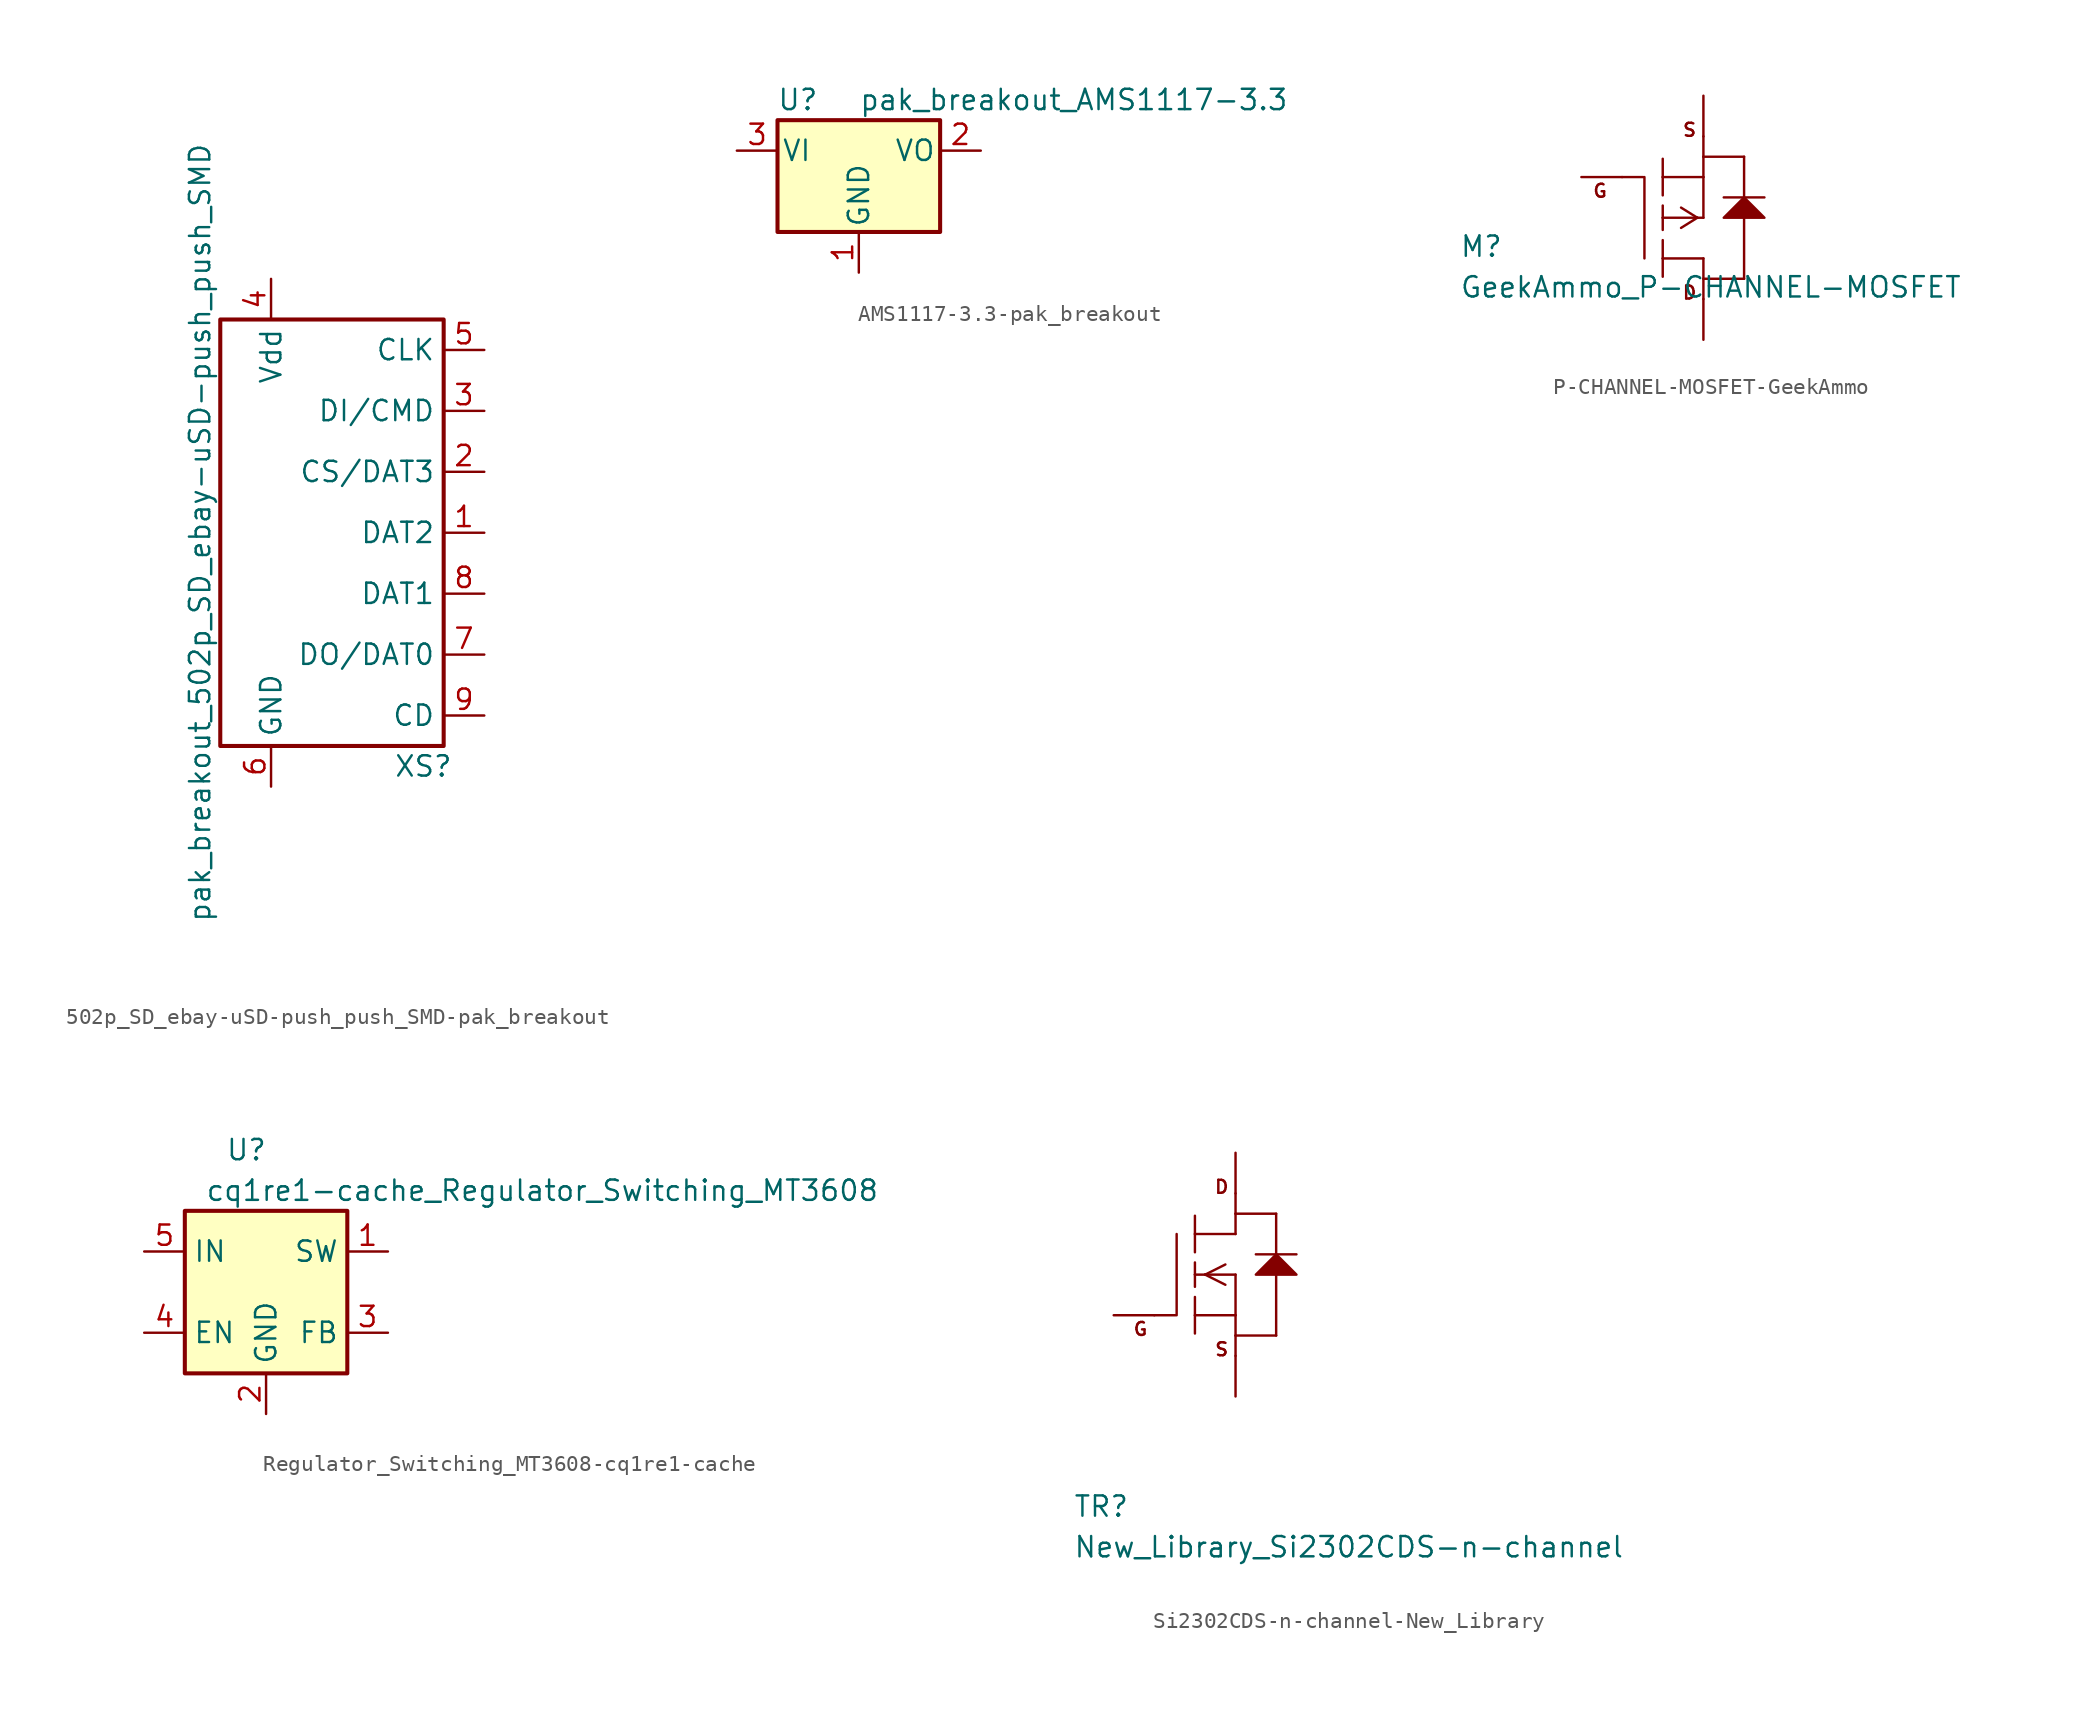
<source format=kicad_sym>
(kicad_symbol_lib
  (version 20231120)
  (generator "kicad_symbol_editor")
  (generator_version "8.0")
  (symbol "502p_SD_ebay-uSD-push_push_SMD-pak_breakout"
    (property "Reference" "XS"
      (at 5.715 -14.605 0)
      (effects (font (size 1.27 1.27))))
    (property "Value" "pak_breakout_502p_SD_ebay-uSD-push_push_SMD"
      (at -8.255 0 90)
      (effects (font (size 1.27 1.27))))
    (symbol "502p_SD_ebay-uSD-push_push_SMD-pak_breakout_0_0"
      (rectangle (start -6.985 13.335) (end 6.985 -13.335) (stroke (width 0.254) (type solid)) (fill (type none))))
    (symbol "502p_SD_ebay-uSD-push_push_SMD-pak_breakout_1_1"
      (pin bidirectional line (at 9.525 0 180) (length 2.54) (name "DAT2" (effects (font (size 1.27 1.27)))) (number "1" (effects (font (size 1.27 1.27)))))
      (pin input line (at 9.525 3.81 180) (length 2.54) (name "CS/DAT3" (effects (font (size 1.27 1.27)))) (number "2" (effects (font (size 1.27 1.27)))))
      (pin input line (at 9.525 7.62 180) (length 2.54) (name "DI/CMD" (effects (font (size 1.27 1.27)))) (number "3" (effects (font (size 1.27 1.27)))))
      (pin input line (at -3.81 15.875 270) (length 2.54) (name "Vdd" (effects (font (size 1.27 1.27)))) (number "4" (effects (font (size 1.27 1.27)))))
      (pin input line (at 9.525 11.43 180) (length 2.54) (name "CLK" (effects (font (size 1.27 1.27)))) (number "5" (effects (font (size 1.27 1.27)))))
      (pin input line (at -3.81 -15.875 90) (length 2.54) (name "GND" (effects (font (size 1.27 1.27)))) (number "6" (effects (font (size 1.27 1.27)))))
      (pin input line (at 9.525 -7.62 180) (length 2.54) (name "DO/DAT0" (effects (font (size 1.27 1.27)))) (number "7" (effects (font (size 1.27 1.27)))))
      (pin bidirectional line (at 9.525 -3.81 180) (length 2.54) (name "DAT1" (effects (font (size 1.27 1.27)))) (number "8" (effects (font (size 1.27 1.27)))))
      (pin input line (at 9.525 -11.43 180) (length 2.54) (name "CD" (effects (font (size 1.27 1.27)))) (number "9" (effects (font (size 1.27 1.27)))))))
  (symbol "AMS1117-3.3-pak_breakout"
    (pin_names
      (offset 0.254))
    (property "Reference" "U"
      (at -3.81 3.175 0)
      (effects (font (size 1.27 1.27))))
    (property "Value" "pak_breakout_AMS1117-3.3"
      (at 0 3.175 0)
      (effects (font (size 1.27 1.27)) (justify left)))
    (symbol "AMS1117-3.3-pak_breakout_0_1"
      (rectangle (start -5.08 -5.08) (end 5.08 1.905) (stroke (width 0.254) (type solid)) (fill (type background))))
    (symbol "AMS1117-3.3-pak_breakout_1_1"
      (pin power_in line (at 0 -7.62 90) (length 2.54) (name "GND" (effects (font (size 1.27 1.27)))) (number "1" (effects (font (size 1.27 1.27)))))
      (pin power_out line (at 7.62 0 180) (length 2.54) (name "VO" (effects (font (size 1.27 1.27)))) (number "2" (effects (font (size 1.27 1.27)))))
      (pin power_in line (at -7.62 0 0) (length 2.54) (name "VI" (effects (font (size 1.27 1.27)))) (number "3" (effects (font (size 1.27 1.27)))))))
  (symbol "P-CHANNEL-MOSFET-GeekAmmo"
    (pin_numbers hide)
    (pin_names
      (offset 1.016) hide)
    (property "Reference" "M"
      (at -12.7 -2.54 0)
      (effects (font (size 1.27 1.27)) (justify left bottom)))
    (property "Value" "GeekAmmo_P-CHANNEL-MOSFET"
      (at -12.7 -5.08 0)
      (effects (font (size 1.27 1.27)) (justify left bottom)))
    (property "ki_locked" ""
      (at 0 0 0)
      (effects (font (size 1.27 1.27))))
    (symbol "P-CHANNEL-MOSFET-GeekAmmo_1_0"
      (polyline (pts (xy -2.54 2.54) (xy -1.219 2.54)) (stroke (width 0) (type solid)) (fill (type none)))
      (polyline (pts (xy -1.143 2.54) (xy -1.143 -2.54)) (stroke (width 0) (type solid)) (fill (type none)))
      (polyline (pts (xy 0 -2.54) (xy 0 -3.683)) (stroke (width 0) (type solid)) (fill (type none)))
      (polyline (pts (xy 0 -2.54) (xy 2.54 -2.54)) (stroke (width 0) (type solid)) (fill (type none)))
      (polyline (pts (xy 0 -1.397) (xy 0 -2.54)) (stroke (width 0) (type solid)) (fill (type none)))
      (polyline (pts (xy 0 0) (xy 0 -0.762)) (stroke (width 0) (type solid)) (fill (type none)))
      (polyline (pts (xy 0 0) (xy 2.159 0)) (stroke (width 0) (type solid)) (fill (type none)))
      (polyline (pts (xy 0 0.762) (xy 0 0)) (stroke (width 0) (type solid)) (fill (type none)))
      (polyline (pts (xy 0 2.54) (xy 0 1.397)) (stroke (width 0) (type solid)) (fill (type none)))
      (polyline (pts (xy 0 2.54) (xy 2.54 2.54)) (stroke (width 0) (type solid)) (fill (type none)))
      (polyline (pts (xy 0 3.683) (xy 0 2.54)) (stroke (width 0) (type solid)) (fill (type none)))
      (polyline (pts (xy 1.143 -0.635) (xy 2.159 0)) (stroke (width 0) (type solid)) (fill (type none)))
      (polyline (pts (xy 1.143 0.635) (xy 2.159 0)) (stroke (width 0) (type solid)) (fill (type none)))
      (polyline (pts (xy 2.159 0) (xy 2.54 0)) (stroke (width 0) (type solid)) (fill (type none)))
      (polyline (pts (xy 2.54 -3.81) (xy 2.54 -5.08)) (stroke (width 0) (type solid)) (fill (type none)))
      (polyline (pts (xy 2.54 -2.54) (xy 2.54 -3.81)) (stroke (width 0) (type solid)) (fill (type none)))
      (polyline (pts (xy 2.54 0) (xy 2.54 2.54)) (stroke (width 0) (type solid)) (fill (type none)))
      (polyline (pts (xy 2.54 2.54) (xy 2.54 3.81)) (stroke (width 0) (type solid)) (fill (type none)))
      (polyline (pts (xy 2.54 5.08) (xy 2.54 3.81)) (stroke (width 0) (type solid)) (fill (type none)))
      (polyline (pts (xy 5.08 -3.81) (xy 2.54 -3.81)) (stroke (width 0) (type solid)) (fill (type none)))
      (polyline (pts (xy 5.08 0) (xy 5.08 -3.81)) (stroke (width 0) (type solid)) (fill (type none)))
      (polyline (pts (xy 5.08 1.27) (xy 3.81 1.27)) (stroke (width 0) (type solid)) (fill (type none)))
      (polyline (pts (xy 5.08 1.27) (xy 5.08 3.81)) (stroke (width 0) (type solid)) (fill (type none)))
      (polyline (pts (xy 5.08 1.27) (xy 6.35 1.27)) (stroke (width 0) (type solid)) (fill (type none)))
      (polyline (pts (xy 5.08 3.81) (xy 2.54 3.81)) (stroke (width 0) (type solid)) (fill (type none)))
      (text "D" (at 1.676 -4.674 0) (effects (font (size 0.813 0.813))))
      (text "G" (at -3.912 1.676 0) (effects (font (size 0.813 0.813))))
      (text "S" (at 1.676 5.486 0) (effects (font (size 0.813 0.813)))))
    (symbol "P-CHANNEL-MOSFET-GeekAmmo_1_1"
      (polyline (pts (xy 5.08 1.27) (xy 3.81 0) (xy 3.81 0) (xy 6.35 0) (xy 6.35 0) (xy 5.08 1.27)) (stroke (width 0) (type solid)) (fill (type outline)))
      (pin passive line (at -5.08 2.54 0) (length 2.54) (name "G" (effects (font (size 1.016 1.016)))) (number "1" (effects (font (size 1.016 1.016)))))
      (pin passive line (at 2.54 7.62 270) (length 2.54) (name "S" (effects (font (size 1.016 1.016)))) (number "2" (effects (font (size 1.016 1.016)))))
      (pin passive line (at 2.54 -7.62 90) (length 2.54) (name "D" (effects (font (size 1.016 1.016)))) (number "3" (effects (font (size 1.016 1.016)))))))
  (symbol "Regulator_Switching_MT3608-cq1re1-cache"
    (property "Reference" "U"
      (at -2.54 8.89 0)
      (effects (font (size 1.27 1.27)) (justify left)))
    (property "Value" "cq1re1-cache_Regulator_Switching_MT3608"
      (at -3.81 6.35 0)
      (effects (font (size 1.27 1.27)) (justify left)))
    (symbol "Regulator_Switching_MT3608-cq1re1-cache_0_1"
      (rectangle (start -5.08 5.08) (end 5.08 -5.08) (stroke (width 0.254) (type solid)) (fill (type background))))
    (symbol "Regulator_Switching_MT3608-cq1re1-cache_1_1"
      (pin passive line (at 7.62 2.54 180) (length 2.54) (name "SW" (effects (font (size 1.27 1.27)))) (number "1" (effects (font (size 1.27 1.27)))))
      (pin power_in line (at 0 -7.62 90) (length 2.54) (name "GND" (effects (font (size 1.27 1.27)))) (number "2" (effects (font (size 1.27 1.27)))))
      (pin input line (at 7.62 -2.54 180) (length 2.54) (name "FB" (effects (font (size 1.27 1.27)))) (number "3" (effects (font (size 1.27 1.27)))))
      (pin input line (at -7.62 -2.54 0) (length 2.54) (name "EN" (effects (font (size 1.27 1.27)))) (number "4" (effects (font (size 1.27 1.27)))))
      (pin power_in line (at -7.62 2.54 0) (length 2.54) (name "IN" (effects (font (size 1.27 1.27)))) (number "5" (effects (font (size 1.27 1.27)))))
      (pin no_connect line (at 5.08 0 180) (length 2.54) hide (name "NC" (effects (font (size 1.27 1.27)))) (number "6" (effects (font (size 1.27 1.27)))))))
  (symbol "Si2302CDS-n-channel-New_Library"
    (pin_numbers hide)
    (pin_names
      (offset 1.016) hide)
    (property "Reference" "TR"
      (at -7.62 -15.24 0)
      (effects (font (size 1.27 1.27)) (justify left bottom)))
    (property "Value" "New_Library_Si2302CDS-n-channel"
      (at -7.62 -17.78 0)
      (effects (font (size 1.27 1.27)) (justify left bottom)))
    (symbol "Si2302CDS-n-channel-New_Library_1_0"
      (polyline (pts (xy -2.54 -2.54) (xy -1.219 -2.54)) (stroke (width 0) (type solid)) (fill (type none)))
      (polyline (pts (xy -1.143 2.54) (xy -1.143 -2.54)) (stroke (width 0) (type solid)) (fill (type none)))
      (polyline (pts (xy 0 -2.54) (xy 0 -3.683)) (stroke (width 0) (type solid)) (fill (type none)))
      (polyline (pts (xy 0 -2.54) (xy 2.54 -2.54)) (stroke (width 0) (type solid)) (fill (type none)))
      (polyline (pts (xy 0 -1.397) (xy 0 -2.54)) (stroke (width 0) (type solid)) (fill (type none)))
      (polyline (pts (xy 0 0) (xy 0 -0.762)) (stroke (width 0) (type solid)) (fill (type none)))
      (polyline (pts (xy 0 0) (xy 0.635 0)) (stroke (width 0) (type solid)) (fill (type none)))
      (polyline (pts (xy 0 0.762) (xy 0 0)) (stroke (width 0) (type solid)) (fill (type none)))
      (polyline (pts (xy 0 2.54) (xy 0 1.397)) (stroke (width 0) (type solid)) (fill (type none)))
      (polyline (pts (xy 0 2.54) (xy 2.54 2.54)) (stroke (width 0) (type solid)) (fill (type none)))
      (polyline (pts (xy 0 3.683) (xy 0 2.54)) (stroke (width 0) (type solid)) (fill (type none)))
      (polyline (pts (xy 0.635 0) (xy 2.54 0)) (stroke (width 0) (type solid)) (fill (type none)))
      (polyline (pts (xy 1.905 -0.635) (xy 0.635 0)) (stroke (width 0) (type solid)) (fill (type none)))
      (polyline (pts (xy 1.905 0.635) (xy 0.635 0)) (stroke (width 0) (type solid)) (fill (type none)))
      (polyline (pts (xy 2.54 -5.08) (xy 2.54 -3.81)) (stroke (width 0) (type solid)) (fill (type none)))
      (polyline (pts (xy 2.54 -2.54) (xy 2.54 -3.81)) (stroke (width 0) (type solid)) (fill (type none)))
      (polyline (pts (xy 2.54 0) (xy 2.54 -2.54)) (stroke (width 0) (type solid)) (fill (type none)))
      (polyline (pts (xy 2.54 2.54) (xy 2.54 3.81)) (stroke (width 0) (type solid)) (fill (type none)))
      (polyline (pts (xy 2.54 5.08) (xy 2.54 3.81)) (stroke (width 0) (type solid)) (fill (type none)))
      (polyline (pts (xy 5.08 -3.81) (xy 2.54 -3.81)) (stroke (width 0) (type solid)) (fill (type none)))
      (polyline (pts (xy 5.08 0) (xy 5.08 -3.81)) (stroke (width 0) (type solid)) (fill (type none)))
      (polyline (pts (xy 5.08 1.27) (xy 3.81 1.27)) (stroke (width 0) (type solid)) (fill (type none)))
      (polyline (pts (xy 5.08 1.27) (xy 5.08 3.81)) (stroke (width 0) (type solid)) (fill (type none)))
      (polyline (pts (xy 5.08 1.27) (xy 6.35 1.27)) (stroke (width 0) (type solid)) (fill (type none)))
      (polyline (pts (xy 5.08 3.81) (xy 2.54 3.81)) (stroke (width 0) (type solid)) (fill (type none)))
      (text "D" (at 1.676 5.486 0) (effects (font (size 0.813 0.813))))
      (text "G" (at -3.404 -3.404 0) (effects (font (size 0.813 0.813))))
      (text "S" (at 1.676 -4.674 0) (effects (font (size 0.813 0.813)))))
    (symbol "Si2302CDS-n-channel-New_Library_1_1"
      (polyline (pts (xy 5.08 1.27) (xy 3.81 0) (xy 3.81 0) (xy 6.35 0) (xy 6.35 0) (xy 5.08 1.27)) (stroke (width 0) (type solid)) (fill (type outline)))
      (pin passive line (at -5.08 -2.54 0) (length 2.54) (name "G" (effects (font (size 1.016 1.016)))) (number "1" (effects (font (size 1.016 1.016)))))
      (pin passive line (at 2.54 -7.62 90) (length 2.54) (name "S" (effects (font (size 1.016 1.016)))) (number "2" (effects (font (size 1.016 1.016)))))
      (pin passive line (at 2.54 7.62 270) (length 2.54) (name "D" (effects (font (size 1.016 1.016)))) (number "3" (effects (font (size 1.016 1.016))))))))
</source>
